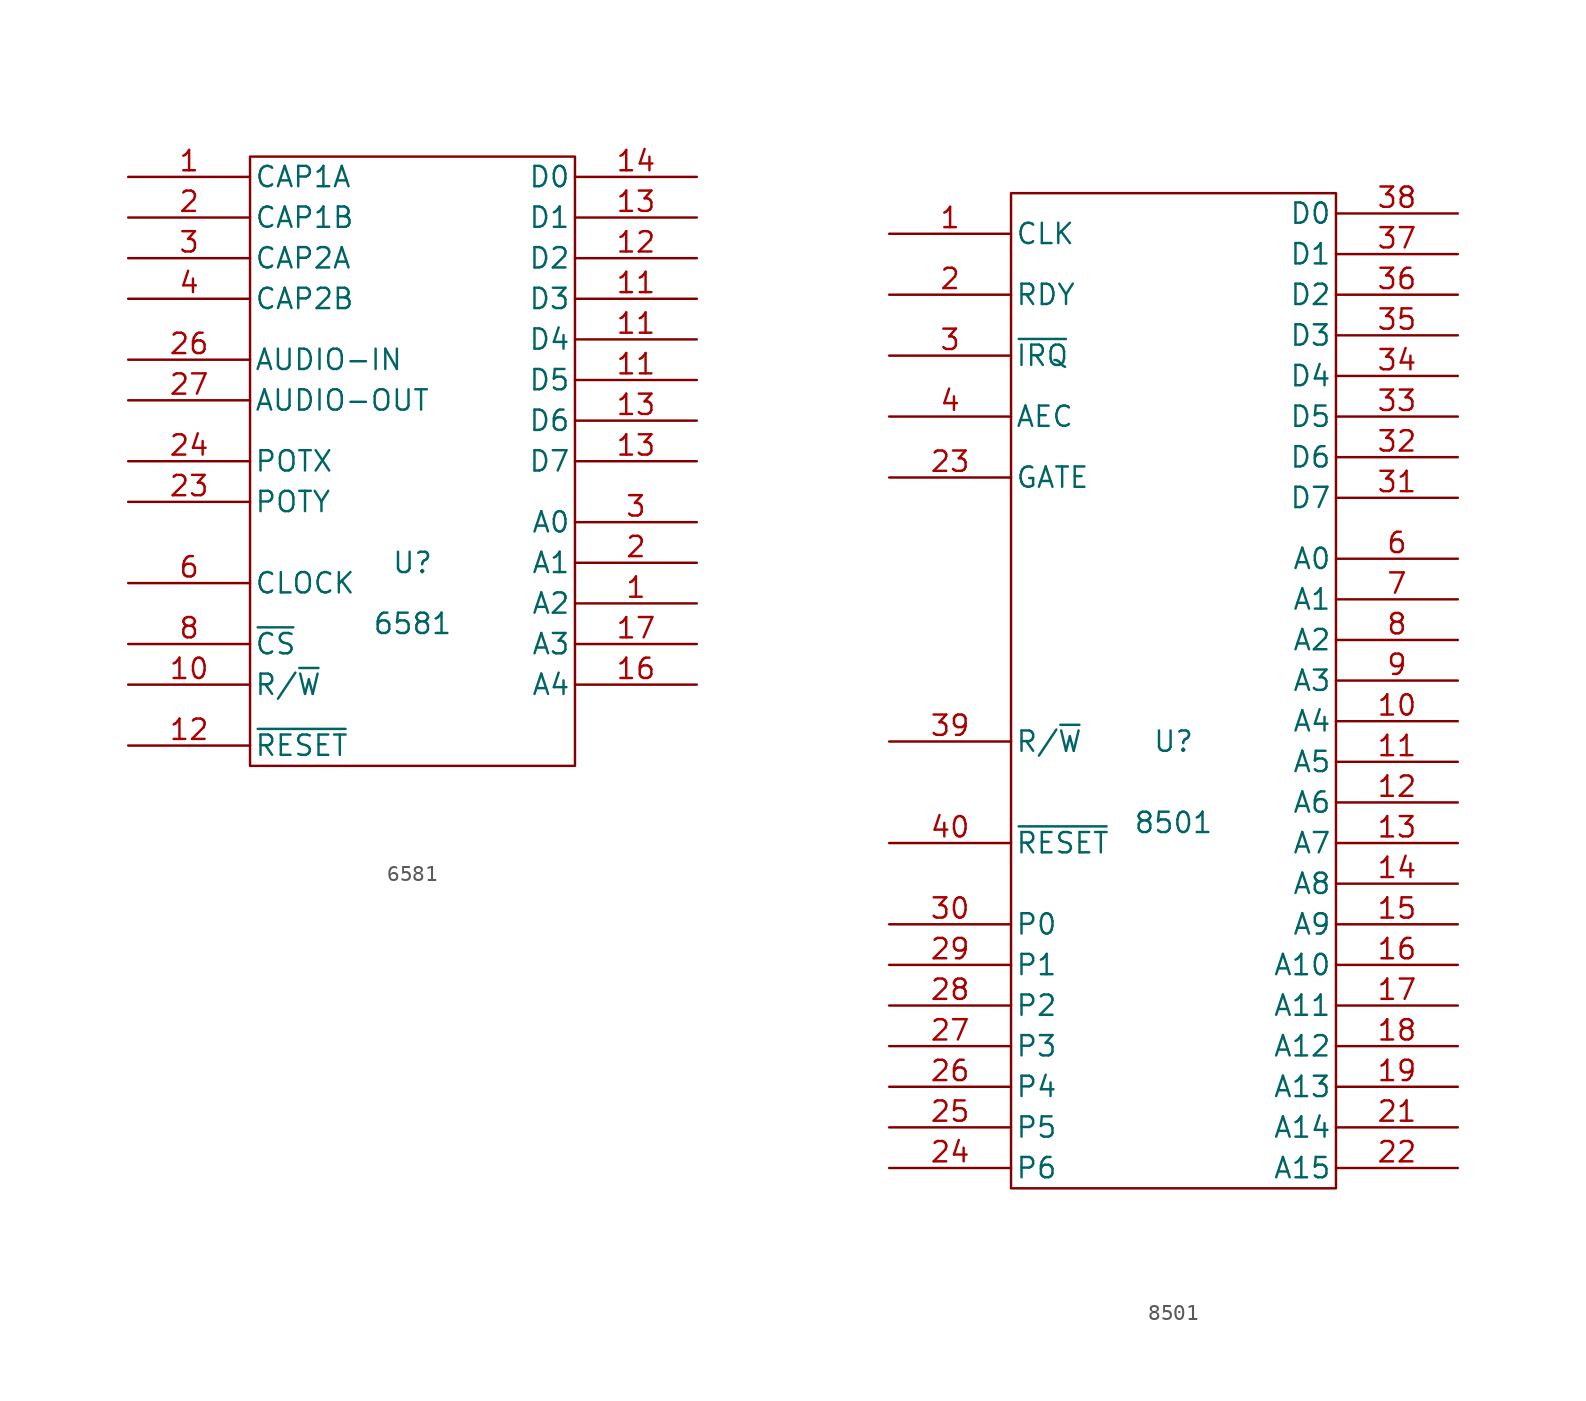
<source format=kicad_sym>
(kicad_symbol_lib
  (version 20211014)
  (generator kicad_symbol_editor)
  (symbol "6581"
    (pin_names
      (offset 0.254))
    (property "Reference" "U"
      (at 0 -6.35 0)
      (effects (font (size 1.27 1.27))))
    (property "Value" "6581"
      (at 0 -10.16 0)
      (effects (font (size 1.27 1.27))))
    (property "Footprint" ""
      (at 0 0 0)
      (effects (font (size 1.27 1.27))))
    (property "Datasheet" ""
      (at 0 0 0)
      (effects (font (size 1.27 1.27))))
    (symbol "6581_0_0"
      (pin power_in line (at 0 -20.32 90) (length 1.27) hide (name "GND" (effects (font (size 1.27 1.27)))) (number "14" (effects (font (size 1.27 1.27)))))
      (pin power_in line (at 0 20.32 270) (length 1.27) hide (name "Vcc" (effects (font (size 1.27 1.27)))) (number "25" (effects (font (size 1.27 1.27))))))
    (symbol "6581_0_1"
      (rectangle (start -10.16 19.05) (end 10.16 -19.05) (stroke (width 0) (type default) (color 0 0 0 0)) (fill (type none))))
    (symbol "6581_1_1"
      (pin input line (at 17.78 -8.89 180) (length 7.62) (name "A2" (effects (font (size 1.27 1.27)))) (number "1" (effects (font (size 1.27 1.27)))))
      (pin input line (at -17.78 17.78 0) (length 7.62) (name "CAP1A" (effects (font (size 1.27 1.27)))) (number "1" (effects (font (size 1.27 1.27)))))
      (pin input line (at -17.78 -13.97 0) (length 7.62) (name "R/~{W}" (effects (font (size 1.27 1.27)))) (number "10" (effects (font (size 1.27 1.27)))))
      (pin bidirectional line (at 17.78 10.16 180) (length 7.62) (name "D3" (effects (font (size 1.27 1.27)))) (number "11" (effects (font (size 1.27 1.27)))))
      (pin bidirectional line (at 17.78 7.62 180) (length 7.62) (name "D4" (effects (font (size 1.27 1.27)))) (number "11" (effects (font (size 1.27 1.27)))))
      (pin bidirectional line (at 17.78 5.08 180) (length 7.62) (name "D5" (effects (font (size 1.27 1.27)))) (number "11" (effects (font (size 1.27 1.27)))))
      (pin bidirectional line (at 17.78 12.7 180) (length 7.62) (name "D2" (effects (font (size 1.27 1.27)))) (number "12" (effects (font (size 1.27 1.27)))))
      (pin bidirectional line (at -17.78 -17.78 0) (length 7.62) (name "~{RESET}" (effects (font (size 1.27 1.27)))) (number "12" (effects (font (size 1.27 1.27)))))
      (pin bidirectional line (at 17.78 15.24 180) (length 7.62) (name "D1" (effects (font (size 1.27 1.27)))) (number "13" (effects (font (size 1.27 1.27)))))
      (pin bidirectional line (at 17.78 2.54 180) (length 7.62) (name "D6" (effects (font (size 1.27 1.27)))) (number "13" (effects (font (size 1.27 1.27)))))
      (pin bidirectional line (at 17.78 0 180) (length 7.62) (name "D7" (effects (font (size 1.27 1.27)))) (number "13" (effects (font (size 1.27 1.27)))))
      (pin bidirectional line (at 17.78 17.78 180) (length 7.62) (name "D0" (effects (font (size 1.27 1.27)))) (number "14" (effects (font (size 1.27 1.27)))))
      (pin input line (at 17.78 -13.97 180) (length 7.62) (name "A4" (effects (font (size 1.27 1.27)))) (number "16" (effects (font (size 1.27 1.27)))))
      (pin input line (at 17.78 -11.43 180) (length 7.62) (name "A3" (effects (font (size 1.27 1.27)))) (number "17" (effects (font (size 1.27 1.27)))))
      (pin input line (at 17.78 -6.35 180) (length 7.62) (name "A1" (effects (font (size 1.27 1.27)))) (number "2" (effects (font (size 1.27 1.27)))))
      (pin input line (at -17.78 15.24 0) (length 7.62) (name "CAP1B" (effects (font (size 1.27 1.27)))) (number "2" (effects (font (size 1.27 1.27)))))
      (pin bidirectional line (at -17.78 -2.54 0) (length 7.62) (name "POTY" (effects (font (size 1.27 1.27)))) (number "23" (effects (font (size 1.27 1.27)))))
      (pin bidirectional line (at -17.78 0 0) (length 7.62) (name "POTX" (effects (font (size 1.27 1.27)))) (number "24" (effects (font (size 1.27 1.27)))))
      (pin input line (at -17.78 6.35 0) (length 7.62) (name "AUDIO-IN" (effects (font (size 1.27 1.27)))) (number "26" (effects (font (size 1.27 1.27)))))
      (pin bidirectional line (at -17.78 3.81 0) (length 7.62) (name "AUDIO-OUT" (effects (font (size 1.27 1.27)))) (number "27" (effects (font (size 1.27 1.27)))))
      (pin power_in line (at 3.81 20.32 270) (length 1.27) hide (name "Vdd" (effects (font (size 1.27 1.27)))) (number "28" (effects (font (size 1.27 1.27)))))
      (pin input line (at 17.78 -3.81 180) (length 7.62) (name "A0" (effects (font (size 1.27 1.27)))) (number "3" (effects (font (size 1.27 1.27)))))
      (pin input line (at -17.78 12.7 0) (length 7.62) (name "CAP2A" (effects (font (size 1.27 1.27)))) (number "3" (effects (font (size 1.27 1.27)))))
      (pin input line (at -17.78 10.16 0) (length 7.62) (name "CAP2B" (effects (font (size 1.27 1.27)))) (number "4" (effects (font (size 1.27 1.27)))))
      (pin bidirectional line (at -17.78 -7.62 0) (length 7.62) (name "CLOCK" (effects (font (size 1.27 1.27)))) (number "6" (effects (font (size 1.27 1.27)))))
      (pin input line (at -17.78 -11.43 0) (length 7.62) (name "~{CS}" (effects (font (size 1.27 1.27)))) (number "8" (effects (font (size 1.27 1.27)))))))
  (symbol "8501"
    (pin_names
      (offset 0.254))
    (property "Reference" "U"
      (at 0 -15.24 0)
      (effects (font (size 1.27 1.27))))
    (property "Value" "8501"
      (at 0 -20.32 0)
      (effects (font (size 1.27 1.27))))
    (property "Footprint" ""
      (at 0 0 0)
      (effects (font (size 1.27 1.27))))
    (property "Datasheet" ""
      (at 0 0 0)
      (effects (font (size 1.27 1.27))))
    (symbol "8501_0_0"
      (pin power_in line (at 0 -43.18 90) (length 1.27) hide (name "GND" (effects (font (size 1.27 1.27)))) (number "20" (effects (font (size 1.27 1.27)))))
      (pin power_in line (at 0 20.32 270) (length 1.27) hide (name "Vcc" (effects (font (size 1.27 1.27)))) (number "5" (effects (font (size 1.27 1.27))))))
    (symbol "8501_0_1"
      (rectangle (start -10.16 19.05) (end 10.16 -43.18) (stroke (width 0) (type default) (color 0 0 0 0)) (fill (type none))))
    (symbol "8501_1_1"
      (pin input line (at -17.78 16.51 0) (length 7.62) (name "CLK" (effects (font (size 1.27 1.27)))) (number "1" (effects (font (size 1.27 1.27)))))
      (pin output line (at 17.78 -13.97 180) (length 7.62) (name "A4" (effects (font (size 1.27 1.27)))) (number "10" (effects (font (size 1.27 1.27)))))
      (pin output line (at 17.78 -16.51 180) (length 7.62) (name "A5" (effects (font (size 1.27 1.27)))) (number "11" (effects (font (size 1.27 1.27)))))
      (pin output line (at 17.78 -19.05 180) (length 7.62) (name "A6" (effects (font (size 1.27 1.27)))) (number "12" (effects (font (size 1.27 1.27)))))
      (pin output line (at 17.78 -21.59 180) (length 7.62) (name "A7" (effects (font (size 1.27 1.27)))) (number "13" (effects (font (size 1.27 1.27)))))
      (pin output line (at 17.78 -24.13 180) (length 7.62) (name "A8" (effects (font (size 1.27 1.27)))) (number "14" (effects (font (size 1.27 1.27)))))
      (pin output line (at 17.78 -26.67 180) (length 7.62) (name "A9" (effects (font (size 1.27 1.27)))) (number "15" (effects (font (size 1.27 1.27)))))
      (pin input line (at 17.78 -29.21 180) (length 7.62) (name "A10" (effects (font (size 1.27 1.27)))) (number "16" (effects (font (size 1.27 1.27)))))
      (pin output line (at 17.78 -31.75 180) (length 7.62) (name "A11" (effects (font (size 1.27 1.27)))) (number "17" (effects (font (size 1.27 1.27)))))
      (pin output line (at 17.78 -34.29 180) (length 7.62) (name "A12" (effects (font (size 1.27 1.27)))) (number "18" (effects (font (size 1.27 1.27)))))
      (pin output line (at 17.78 -36.83 180) (length 7.62) (name "A13" (effects (font (size 1.27 1.27)))) (number "19" (effects (font (size 1.27 1.27)))))
      (pin input line (at -17.78 12.7 0) (length 7.62) (name "RDY" (effects (font (size 1.27 1.27)))) (number "2" (effects (font (size 1.27 1.27)))))
      (pin output line (at 17.78 -39.37 180) (length 7.62) (name "A14" (effects (font (size 1.27 1.27)))) (number "21" (effects (font (size 1.27 1.27)))))
      (pin output line (at 17.78 -41.91 180) (length 7.62) (name "A15" (effects (font (size 1.27 1.27)))) (number "22" (effects (font (size 1.27 1.27)))))
      (pin output line (at -17.78 1.27 0) (length 7.62) (name "GATE" (effects (font (size 1.27 1.27)))) (number "23" (effects (font (size 1.27 1.27)))))
      (pin bidirectional line (at -17.78 -41.91 0) (length 7.62) (name "P6" (effects (font (size 1.27 1.27)))) (number "24" (effects (font (size 1.27 1.27)))))
      (pin bidirectional line (at -17.78 -39.37 0) (length 7.62) (name "P5" (effects (font (size 1.27 1.27)))) (number "25" (effects (font (size 1.27 1.27)))))
      (pin bidirectional line (at -17.78 -36.83 0) (length 7.62) (name "P4" (effects (font (size 1.27 1.27)))) (number "26" (effects (font (size 1.27 1.27)))))
      (pin bidirectional line (at -17.78 -34.29 0) (length 7.62) (name "P3" (effects (font (size 1.27 1.27)))) (number "27" (effects (font (size 1.27 1.27)))))
      (pin bidirectional line (at -17.78 -31.75 0) (length 7.62) (name "P2" (effects (font (size 1.27 1.27)))) (number "28" (effects (font (size 1.27 1.27)))))
      (pin bidirectional line (at -17.78 -29.21 0) (length 7.62) (name "P1" (effects (font (size 1.27 1.27)))) (number "29" (effects (font (size 1.27 1.27)))))
      (pin input line (at -17.78 8.89 0) (length 7.62) (name "~{IRQ}" (effects (font (size 1.27 1.27)))) (number "3" (effects (font (size 1.27 1.27)))))
      (pin bidirectional line (at -17.78 -26.67 0) (length 7.62) (name "P0" (effects (font (size 1.27 1.27)))) (number "30" (effects (font (size 1.27 1.27)))))
      (pin bidirectional line (at 17.78 0 180) (length 7.62) (name "D7" (effects (font (size 1.27 1.27)))) (number "31" (effects (font (size 1.27 1.27)))))
      (pin bidirectional line (at 17.78 2.54 180) (length 7.62) (name "D6" (effects (font (size 1.27 1.27)))) (number "32" (effects (font (size 1.27 1.27)))))
      (pin bidirectional line (at 17.78 5.08 180) (length 7.62) (name "D5" (effects (font (size 1.27 1.27)))) (number "33" (effects (font (size 1.27 1.27)))))
      (pin bidirectional line (at 17.78 7.62 180) (length 7.62) (name "D4" (effects (font (size 1.27 1.27)))) (number "34" (effects (font (size 1.27 1.27)))))
      (pin bidirectional line (at 17.78 10.16 180) (length 7.62) (name "D3" (effects (font (size 1.27 1.27)))) (number "35" (effects (font (size 1.27 1.27)))))
      (pin bidirectional line (at 17.78 12.7 180) (length 7.62) (name "D2" (effects (font (size 1.27 1.27)))) (number "36" (effects (font (size 1.27 1.27)))))
      (pin bidirectional line (at 17.78 15.24 180) (length 7.62) (name "D1" (effects (font (size 1.27 1.27)))) (number "37" (effects (font (size 1.27 1.27)))))
      (pin bidirectional line (at 17.78 17.78 180) (length 7.62) (name "D0" (effects (font (size 1.27 1.27)))) (number "38" (effects (font (size 1.27 1.27)))))
      (pin input line (at -17.78 -15.24 0) (length 7.62) (name "R/~{W}" (effects (font (size 1.27 1.27)))) (number "39" (effects (font (size 1.27 1.27)))))
      (pin input line (at -17.78 5.08 0) (length 7.62) (name "AEC" (effects (font (size 1.27 1.27)))) (number "4" (effects (font (size 1.27 1.27)))))
      (pin input line (at -17.78 -21.59 0) (length 7.62) (name "~{RESET}" (effects (font (size 1.27 1.27)))) (number "40" (effects (font (size 1.27 1.27)))))
      (pin output line (at 17.78 -3.81 180) (length 7.62) (name "A0" (effects (font (size 1.27 1.27)))) (number "6" (effects (font (size 1.27 1.27)))))
      (pin output line (at 17.78 -6.35 180) (length 7.62) (name "A1" (effects (font (size 1.27 1.27)))) (number "7" (effects (font (size 1.27 1.27)))))
      (pin output line (at 17.78 -8.89 180) (length 7.62) (name "A2" (effects (font (size 1.27 1.27)))) (number "8" (effects (font (size 1.27 1.27)))))
      (pin output line (at 17.78 -11.43 180) (length 7.62) (name "A3" (effects (font (size 1.27 1.27)))) (number "9" (effects (font (size 1.27 1.27))))))))
</source>
